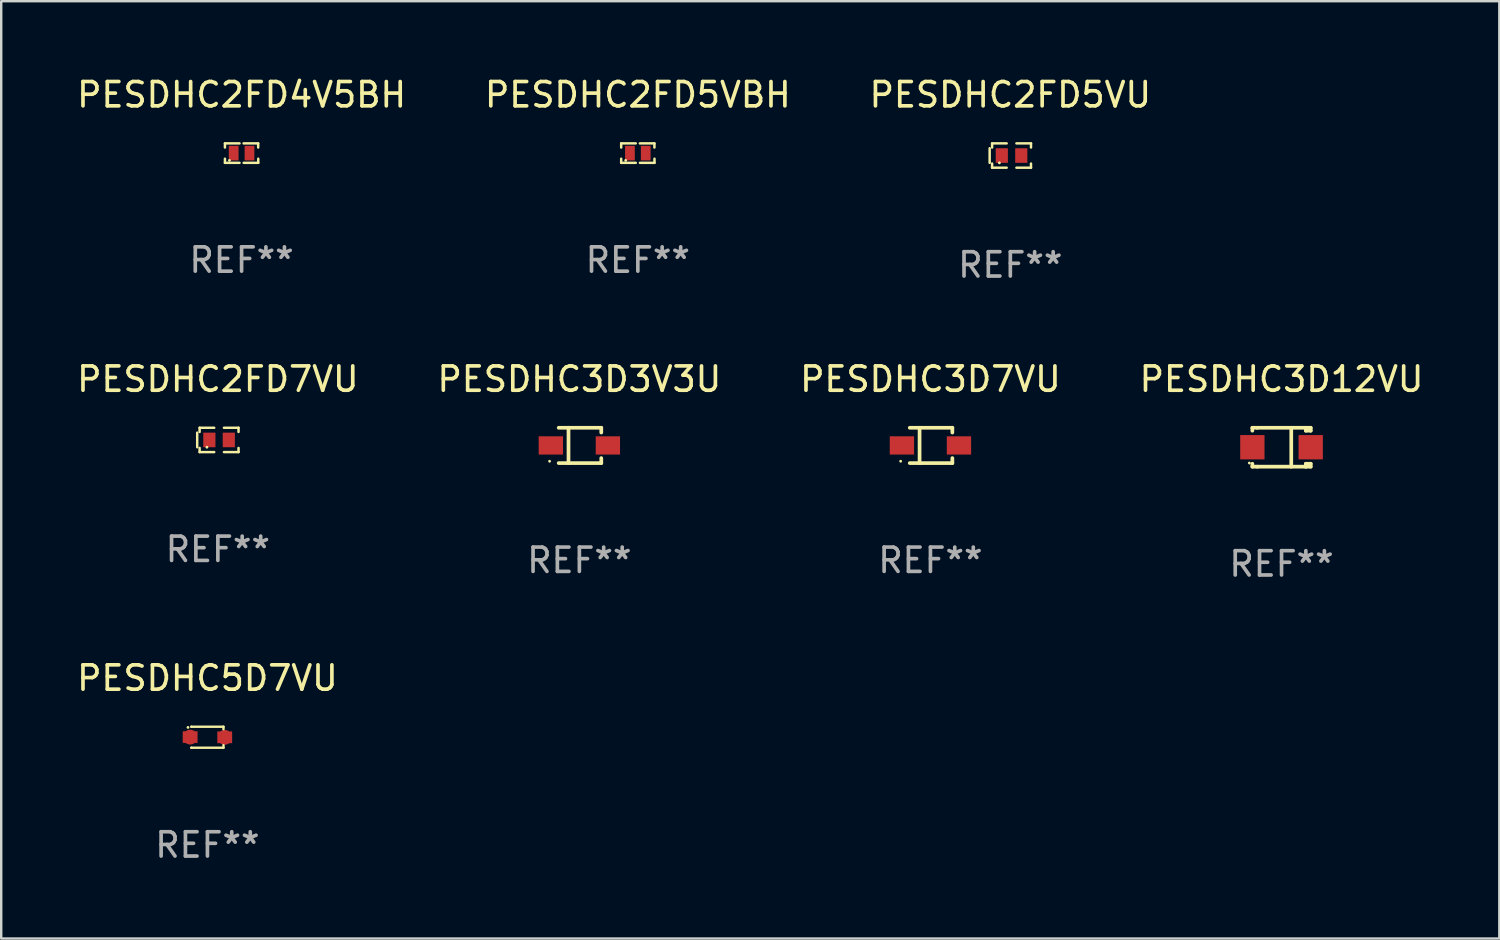
<source format=kicad_pcb>
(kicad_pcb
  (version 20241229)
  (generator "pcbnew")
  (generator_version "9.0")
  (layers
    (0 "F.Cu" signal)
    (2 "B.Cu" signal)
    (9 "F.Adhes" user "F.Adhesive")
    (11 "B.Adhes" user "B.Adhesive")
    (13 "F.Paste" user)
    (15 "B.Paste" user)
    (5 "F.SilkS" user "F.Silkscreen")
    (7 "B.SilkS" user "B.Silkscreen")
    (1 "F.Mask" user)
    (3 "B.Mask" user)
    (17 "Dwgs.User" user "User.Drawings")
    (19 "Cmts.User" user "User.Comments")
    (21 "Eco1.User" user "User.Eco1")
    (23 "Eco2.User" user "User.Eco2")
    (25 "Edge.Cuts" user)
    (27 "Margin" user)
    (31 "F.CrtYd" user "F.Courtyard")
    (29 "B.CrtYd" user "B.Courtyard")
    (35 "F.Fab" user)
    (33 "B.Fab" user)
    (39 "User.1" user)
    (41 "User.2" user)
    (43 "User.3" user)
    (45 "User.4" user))
  (footprint "PESDHC3D12VU"
    (layer "F.Cu")
    (at 49.661 15.345)
    (property "Reference" "PESDHC3D12VU" (at 0 -2.8 0) (layer "F.SilkS") (effects (font (size 1 1) (thickness 0.15))))
    (attr through_hole)
    (fp_line (start -1.2 -0.8) (end -1.2 -0.68) (stroke (width 0.152) (type solid)) (layer "F.SilkS"))
    (fp_line (start -1.2 0.68) (end -1.2 0.8) (stroke (width 0.152) (type solid)) (layer "F.SilkS"))
    (fp_line (start -1.2 0.8) (end -1 0.8) (stroke (width 0.152) (type solid)) (layer "F.SilkS"))
    (fp_line (start -1 -0.8) (end -1.2 -0.8) (stroke (width 0.152) (type solid)) (layer "F.SilkS"))
    (fp_line (start -1 -0.8) (end 1 -0.8) (stroke (width 0.152) (type solid)) (layer "F.SilkS"))
    (fp_line (start -1 0.8) (end 1 0.8) (stroke (width 0.152) (type solid)) (layer "F.SilkS"))
    (fp_line (start 0.4 -0.8) (end 0.4 0.8) (stroke (width 0.152) (type solid)) (layer "F.SilkS"))
    (fp_line (start 1 -0.8) (end 1 -0.68) (stroke (width 0.152) (type solid)) (layer "F.SilkS"))
    (fp_line (start 1 -0.8) (end 1.2 -0.8) (stroke (width 0.152) (type solid)) (layer "F.SilkS"))
    (fp_line (start 1 0.68) (end 1 0.8) (stroke (width 0.152) (type solid)) (layer "F.SilkS"))
    (fp_line (start 1 0.68) (end 1.2 0.68) (stroke (width 0.152) (type solid)) (layer "F.SilkS"))
    (fp_line (start 1.2 -0.8) (end 1.2 -0.68) (stroke (width 0.152) (type solid)) (layer "F.SilkS"))
    (fp_line (start 1.2 -0.68) (end 1 -0.68) (stroke (width 0.152) (type solid)) (layer "F.SilkS"))
    (fp_line (start 1.2 0.68) (end 1.2 0.8) (stroke (width 0.152) (type solid)) (layer "F.SilkS"))
    (fp_line (start 1.2 0.8) (end 1 0.8) (stroke (width 0.152) (type solid)) (layer "F.SilkS"))
    (fp_circle (center -1.325 0.65) (end -1.295 0.65) (stroke (width 0.06) (type solid)) (fill no) (layer "F.SilkS"))
    (fp_text user "REF**" (at 0 4.8 0) (layer "F.Fab") (effects (font (size 1 1) (thickness 0.15))))
    (pad "1" smd rect (at -1.2 0 180) (size 1 1) (layers "F.Cu" "F.Mask" "F.Paste"))
    (pad "2" smd rect (at 1.2 0 180) (size 1 1) (layers "F.Cu" "F.Mask" "F.Paste")))
  (footprint "PESDHC3D3V3U"
    (layer "F.Cu")
    (at 20.78 15.271)
    (property "Reference" "PESDHC3D3V3U" (at 0 -2.726 0) (layer "F.SilkS") (effects (font (size 1 1) (thickness 0.15))))
    (attr through_hole)
    (fp_line (start -0.851 -0.726) (end 0.901 -0.726) (stroke (width 0.152) (type solid)) (layer "F.SilkS"))
    (fp_line (start -0.851 0.726) (end 0.901 0.726) (stroke (width 0.152) (type solid)) (layer "F.SilkS"))
    (fp_line (start -0.447 -0.726) (end -0.447 0.726) (stroke (width 0.152) (type solid)) (layer "F.SilkS"))
    (fp_line (start 0.901 -0.726) (end 0.901 -0.53) (stroke (width 0.152) (type solid)) (layer "F.SilkS"))
    (fp_line (start 0.901 0.726) (end 0.901 0.52) (stroke (width 0.152) (type solid)) (layer "F.SilkS"))
    (fp_circle (center -1.225 0.65) (end -1.195 0.65) (stroke (width 0.06) (type solid)) (fill no) (layer "F.SilkS"))
    (fp_text user "REF**" (at 0 4.726 0) (layer "F.Fab") (effects (font (size 1 1) (thickness 0.15))))
    (pad "1" smd rect (at -1.173 0) (size 1 0.75) (layers "F.Cu" "F.Mask" "F.Paste"))
    (pad "2" smd rect (at 1.173 0) (size 1 0.75) (layers "F.Cu" "F.Mask" "F.Paste")))
  (footprint "PESDHC2FD7VU"
    (layer "F.Cu")
    (at 5.911 15.045)
    (property "Reference" "PESDHC2FD7VU" (at 0 -2.5 0) (layer "F.SilkS") (effects (font (size 1 1) (thickness 0.15))))
    (attr through_hole)
    (fp_line (start -0.85 -0.3) (end -0.85 0.3) (stroke (width 0.102) (type solid)) (layer "F.SilkS"))
    (fp_line (start -0.75 -0.5) (end -0.75 -0.329) (stroke (width 0.102) (type solid)) (layer "F.SilkS"))
    (fp_line (start -0.75 0.329) (end -0.75 0.5) (stroke (width 0.102) (type solid)) (layer "F.SilkS"))
    (fp_line (start -0.75 0.5) (end -0.15 0.5) (stroke (width 0.102) (type solid)) (layer "F.SilkS"))
    (fp_line (start -0.15 -0.5) (end -0.75 -0.5) (stroke (width 0.102) (type solid)) (layer "F.SilkS"))
    (fp_line (start 0.25 -0.5) (end 0.85 -0.5) (stroke (width 0.102) (type solid)) (layer "F.SilkS"))
    (fp_line (start 0.85 -0.5) (end 0.85 -0.33) (stroke (width 0.102) (type solid)) (layer "F.SilkS"))
    (fp_line (start 0.85 0.33) (end 0.85 0.5) (stroke (width 0.102) (type solid)) (layer "F.SilkS"))
    (fp_line (start 0.85 0.5) (end 0.25 0.5) (stroke (width 0.102) (type solid)) (layer "F.SilkS"))
    (fp_circle (center -0.45 0.3) (end -0.42 0.3) (stroke (width 0.06) (type solid)) (fill no) (layer "F.SilkS"))
    (fp_text user "REF**" (at 0 4.5 0) (layer "F.Fab") (effects (font (size 1 1) (thickness 0.15))))
    (pad "1" smd rect (at -0.35 0) (size 0.5 0.6) (layers "F.Cu" "F.Mask" "F.Paste"))
    (pad "2" smd rect (at 0.45 0) (size 0.5 0.6) (layers "F.Cu" "F.Mask" "F.Paste")))
  (footprint "PESDHC2FD4V5BH"
    (layer "F.Cu")
    (at 6.887 3.248)
    (property "Reference" "PESDHC2FD4V5BH" (at 0 -2.4 0) (layer "F.SilkS") (effects (font (size 1 1) (thickness 0.15))))
    (attr through_hole)
    (fp_line (start -0.685 -0.4) (end -0.685 -0.23) (stroke (width 0.102) (type solid)) (layer "F.SilkS"))
    (fp_line (start -0.685 0.4) (end -0.685 0.23) (stroke (width 0.102) (type solid)) (layer "F.SilkS"))
    (fp_line (start -0.085 -0.4) (end -0.685 -0.4) (stroke (width 0.102) (type solid)) (layer "F.SilkS"))
    (fp_line (start -0.085 0.4) (end -0.685 0.4) (stroke (width 0.102) (type solid)) (layer "F.SilkS"))
    (fp_line (start 0.082 -0.4) (end 0.682 -0.4) (stroke (width 0.102) (type solid)) (layer "F.SilkS"))
    (fp_line (start 0.085 0.4) (end 0.685 0.4) (stroke (width 0.102) (type solid)) (layer "F.SilkS"))
    (fp_line (start 0.682 -0.4) (end 0.682 -0.23) (stroke (width 0.102) (type solid)) (layer "F.SilkS"))
    (fp_line (start 0.685 0.4) (end 0.685 0.23) (stroke (width 0.102) (type solid)) (layer "F.SilkS"))
    (fp_circle (center -0.5 0.3) (end -0.47 0.3) (stroke (width 0.06) (type solid)) (fill no) (layer "F.SilkS"))
    (fp_text user "REF**" (at 0 4.4 0) (layer "F.Fab") (effects (font (size 1 1) (thickness 0.15))))
    (pad "1" smd rect (at -0.325 0) (size 0.4 0.6) (layers "F.Cu" "F.Mask" "F.Paste"))
    (pad "2" smd rect (at 0.325 0) (size 0.4 0.6) (layers "F.Cu" "F.Mask" "F.Paste")))
  (footprint "PESDHC3D7VU"
    (layer "F.Cu")
    (at 35.22 15.271)
    (property "Reference" "PESDHC3D7VU" (at 0 -2.726 0) (layer "F.SilkS") (effects (font (size 1 1) (thickness 0.15))))
    (attr through_hole)
    (fp_line (start -0.851 -0.726) (end 0.901 -0.726) (stroke (width 0.152) (type solid)) (layer "F.SilkS"))
    (fp_line (start -0.851 0.726) (end 0.901 0.726) (stroke (width 0.152) (type solid)) (layer "F.SilkS"))
    (fp_line (start -0.447 -0.726) (end -0.447 0.726) (stroke (width 0.152) (type solid)) (layer "F.SilkS"))
    (fp_line (start 0.901 -0.726) (end 0.901 -0.53) (stroke (width 0.152) (type solid)) (layer "F.SilkS"))
    (fp_line (start 0.901 0.726) (end 0.901 0.52) (stroke (width 0.152) (type solid)) (layer "F.SilkS"))
    (fp_circle (center -1.225 0.65) (end -1.195 0.65) (stroke (width 0.06) (type solid)) (fill no) (layer "F.SilkS"))
    (fp_text user "REF**" (at 0 4.726 0) (layer "F.Fab") (effects (font (size 1 1) (thickness 0.15))))
    (pad "1" smd rect (at -1.173 0) (size 1 0.75) (layers "F.Cu" "F.Mask" "F.Paste"))
    (pad "2" smd rect (at 1.173 0) (size 1 0.75) (layers "F.Cu" "F.Mask" "F.Paste")))
  (footprint "PESDHC2FD5VU"
    (layer "F.Cu")
    (at 38.506 3.348)
    (property "Reference" "PESDHC2FD5VU" (at 0 -2.5 0) (layer "F.SilkS") (effects (font (size 1 1) (thickness 0.15))))
    (attr through_hole)
    (fp_line (start -0.85 -0.3) (end -0.85 0.3) (stroke (width 0.102) (type solid)) (layer "F.SilkS"))
    (fp_line (start -0.75 -0.5) (end -0.75 -0.329) (stroke (width 0.102) (type solid)) (layer "F.SilkS"))
    (fp_line (start -0.75 0.329) (end -0.75 0.5) (stroke (width 0.102) (type solid)) (layer "F.SilkS"))
    (fp_line (start -0.75 0.5) (end -0.15 0.5) (stroke (width 0.102) (type solid)) (layer "F.SilkS"))
    (fp_line (start -0.15 -0.5) (end -0.75 -0.5) (stroke (width 0.102) (type solid)) (layer "F.SilkS"))
    (fp_line (start 0.25 -0.5) (end 0.85 -0.5) (stroke (width 0.102) (type solid)) (layer "F.SilkS"))
    (fp_line (start 0.85 -0.5) (end 0.85 -0.33) (stroke (width 0.102) (type solid)) (layer "F.SilkS"))
    (fp_line (start 0.85 0.33) (end 0.85 0.5) (stroke (width 0.102) (type solid)) (layer "F.SilkS"))
    (fp_line (start 0.85 0.5) (end 0.25 0.5) (stroke (width 0.102) (type solid)) (layer "F.SilkS"))
    (fp_circle (center -0.45 0.3) (end -0.42 0.3) (stroke (width 0.06) (type solid)) (fill no) (layer "F.SilkS"))
    (fp_text user "REF**" (at 0 4.5 0) (layer "F.Fab") (effects (font (size 1 1) (thickness 0.15))))
    (pad "1" smd rect (at -0.35 0) (size 0.5 0.6) (layers "F.Cu" "F.Mask" "F.Paste"))
    (pad "2" smd rect (at 0.45 0) (size 0.5 0.6) (layers "F.Cu" "F.Mask" "F.Paste")))
  (footprint "PESDHC2FD5VBH"
    (layer "F.Cu")
    (at 23.185 3.248)
    (property "Reference" "PESDHC2FD5VBH" (at 0 -2.4 0) (layer "F.SilkS") (effects (font (size 1 1) (thickness 0.15))))
    (attr through_hole)
    (fp_line (start -0.685 -0.4) (end -0.685 -0.23) (stroke (width 0.102) (type solid)) (layer "F.SilkS"))
    (fp_line (start -0.685 0.4) (end -0.685 0.23) (stroke (width 0.102) (type solid)) (layer "F.SilkS"))
    (fp_line (start -0.085 -0.4) (end -0.685 -0.4) (stroke (width 0.102) (type solid)) (layer "F.SilkS"))
    (fp_line (start -0.085 0.4) (end -0.685 0.4) (stroke (width 0.102) (type solid)) (layer "F.SilkS"))
    (fp_line (start 0.082 -0.4) (end 0.682 -0.4) (stroke (width 0.102) (type solid)) (layer "F.SilkS"))
    (fp_line (start 0.085 0.4) (end 0.685 0.4) (stroke (width 0.102) (type solid)) (layer "F.SilkS"))
    (fp_line (start 0.682 -0.4) (end 0.682 -0.23) (stroke (width 0.102) (type solid)) (layer "F.SilkS"))
    (fp_line (start 0.685 0.4) (end 0.685 0.23) (stroke (width 0.102) (type solid)) (layer "F.SilkS"))
    (fp_circle (center -0.5 0.3) (end -0.47 0.3) (stroke (width 0.06) (type solid)) (fill no) (layer "F.SilkS"))
    (fp_text user "REF**" (at 0 4.4 0) (layer "F.Fab") (effects (font (size 1 1) (thickness 0.15))))
    (pad "1" smd rect (at -0.325 0) (size 0.4 0.6) (layers "F.Cu" "F.Mask" "F.Paste"))
    (pad "2" smd rect (at 0.325 0) (size 0.4 0.6) (layers "F.Cu" "F.Mask" "F.Paste")))
  (footprint "PESDHC5D7VU"
    (layer "F.Cu")
    (at 5.482 27.273)
    (property "Reference" "PESDHC5D7VU" (at 0 -2.432 0) (layer "F.SilkS") (effects (font (size 1 1) (thickness 0.15))))
    (attr through_hole)
    (fp_line (start -0.661 0.432) (end -0.661 0.432) (stroke (width 0.1) (type solid)) (layer "F.SilkS"))
    (fp_line (start -0.661 -0.432) (end -0.661 -0.432) (stroke (width 0.1) (type solid)) (layer "F.SilkS"))
    (fp_line (start -0.661 -0.432) (end 0.66 -0.432) (stroke (width 0.1) (type solid)) (layer "F.SilkS"))
    (fp_line (start 0.66 0.326) (end 0.66 0.432) (stroke (width 0.1) (type solid)) (layer "F.SilkS"))
    (fp_line (start 0.66 0.432) (end -0.661 0.432) (stroke (width 0.1) (type solid)) (layer "F.SilkS"))
    (fp_line (start 0.66 -0.432) (end 0.66 -0.33) (stroke (width 0.1) (type solid)) (layer "F.SilkS"))
    (fp_circle (center -0.8 -0.404) (end -0.77 -0.404) (stroke (width 0.06) (type solid)) (fill no) (layer "F.SilkS"))
    (fp_text user "REF**" (at 0 4.432 0) (layer "F.Fab") (effects (font (size 1 1) (thickness 0.15))))
    (pad "1" smd custom (at -0.711 -0.005) (size 0.61 0.483) (layers "F.Cu" "F.Mask" "F.Paste") (options (anchor circle)) (primitives (gr_poly (pts (xy -0.305 -0.241) (xy 0.305 -0.241) (xy 0.305 0.241) (xy -0.305 0.241)) (width 0) (fill yes))))
    (pad "2" smd custom (at 0.711 0.005) (size 0.61 0.483) (layers "F.Cu" "F.Mask" "F.Paste") (options (anchor circle)) (primitives (gr_poly (pts (xy -0.305 -0.241) (xy 0.305 -0.241) (xy 0.305 0.241) (xy -0.305 0.241)) (width 0) (fill yes)))))
  (gr_rect
    (start -3 -3)
    (end 58.619 35.553)
    (stroke (width 0.1) (type default))
    (fill no)
    (layer "Edge.Cuts")))
</source>
